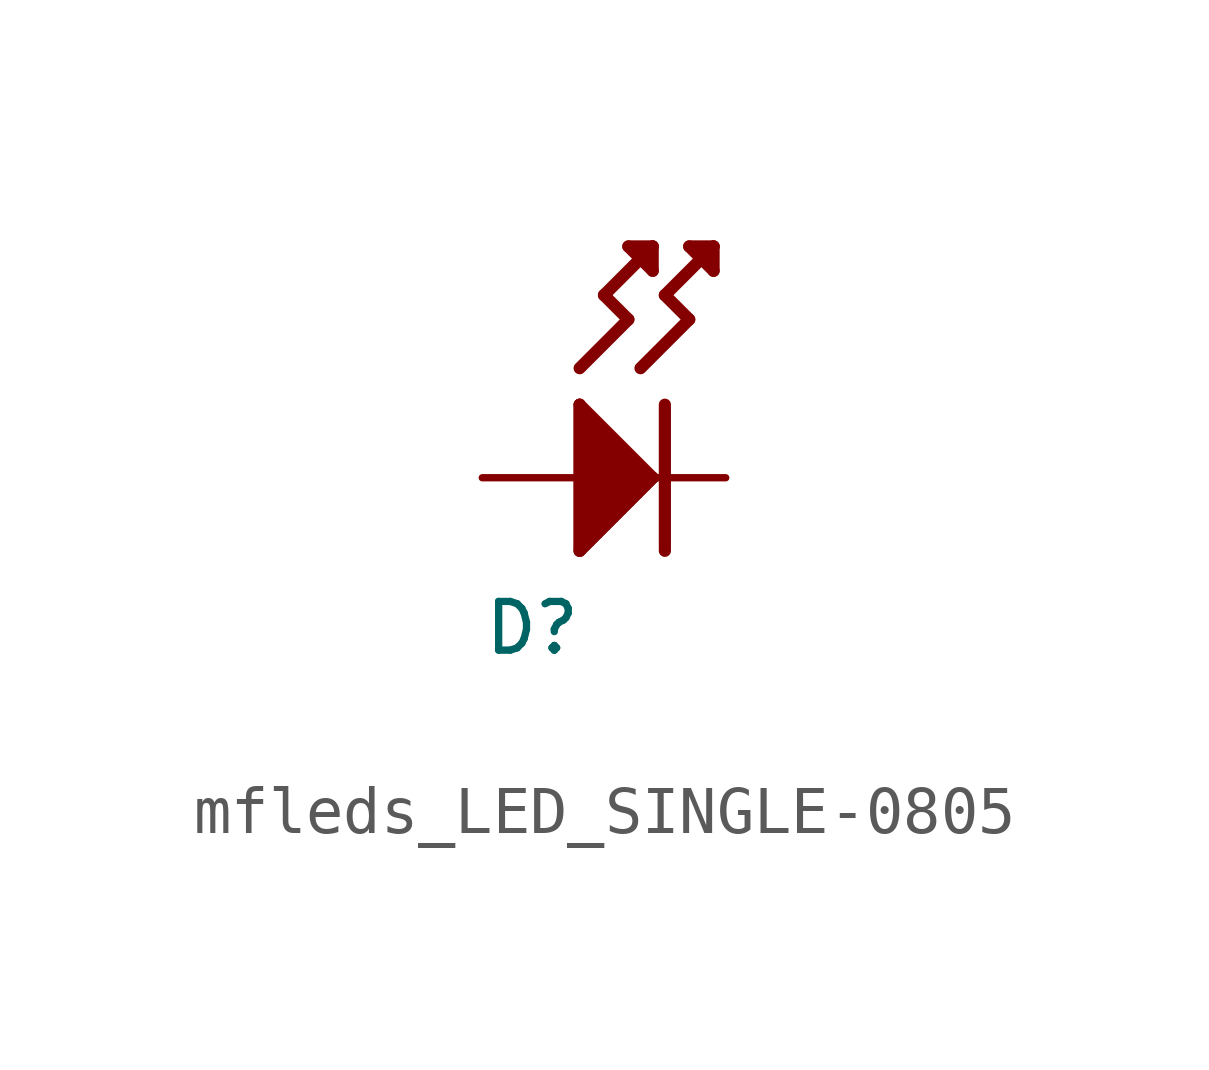
<source format=kicad_sym>
(kicad_symbol_lib
  (version 20241209)
  (generator "kicad_symbol_editor")
  (generator_version "9.0")
  (symbol "mfleds_LED_SINGLE-0805"
    (property "Reference" "D"
      (at -2.54 -2.54 0)
      (effects (font (size 1.016 1.016)) (justify left top)))
    (property "Value" ""
      (at -2.54 -5.08 0)
      (effects (font (size 1.016 1.016)) (justify left bottom)))
    (property "ki_locked" ""
      (at 0 0 0)
      (effects (font (size 1.27 1.27))))
    (symbol "mfleds_LED_SINGLE-0805_1_0"
      (polyline (pts (xy -0.508 2.286) (xy 0.508 3.302)) (stroke (width 0.254) (type solid)) (fill (type none)))
      (polyline (pts (xy -0.508 1.524) (xy 1.016 0)) (stroke (width 0.254) (type solid)) (fill (type none)))
      (polyline (pts (xy -0.508 1.524) (xy -0.508 -1.524) (xy 1.016 0)) (stroke (width 0.254) (type solid)) (fill (type outline)))
      (polyline (pts (xy -0.508 -1.524) (xy -0.508 1.524)) (stroke (width 0.254) (type solid)) (fill (type none)))
      (polyline (pts (xy 0 3.81) (xy 1.016 4.826)) (stroke (width 0.254) (type solid)) (fill (type none)))
      (polyline (pts (xy 0.508 4.826) (xy 1.016 4.318)) (stroke (width 0.254) (type solid)) (fill (type none)))
      (polyline (pts (xy 0.508 3.302) (xy 0 3.81)) (stroke (width 0.254) (type solid)) (fill (type none)))
      (polyline (pts (xy 0.762 2.286) (xy 1.778 3.302)) (stroke (width 0.254) (type solid)) (fill (type none)))
      (polyline (pts (xy 1.016 4.826) (xy 0.508 4.826)) (stroke (width 0.254) (type solid)) (fill (type none)))
      (polyline (pts (xy 1.016 4.318) (xy 1.016 4.826)) (stroke (width 0.254) (type solid)) (fill (type none)))
      (polyline (pts (xy 1.016 0) (xy -0.508 -1.524)) (stroke (width 0.254) (type solid)) (fill (type none)))
      (polyline (pts (xy 1.27 3.81) (xy 2.286 4.826)) (stroke (width 0.254) (type solid)) (fill (type none)))
      (polyline (pts (xy 1.27 1.524) (xy 1.27 -1.524)) (stroke (width 0.254) (type solid)) (fill (type none)))
      (polyline (pts (xy 1.778 4.826) (xy 2.286 4.318)) (stroke (width 0.254) (type solid)) (fill (type none)))
      (polyline (pts (xy 1.778 3.302) (xy 1.27 3.81)) (stroke (width 0.254) (type solid)) (fill (type none)))
      (polyline (pts (xy 2.286 4.826) (xy 1.778 4.826)) (stroke (width 0.254) (type solid)) (fill (type none)))
      (polyline (pts (xy 2.286 4.318) (xy 2.286 4.826)) (stroke (width 0.254) (type solid)) (fill (type none)))
      (pin power_in line (at -2.54 0 0) (length 2.54) (name "ANODE" (effects (font (size 0 0)))) (number "ANODE" (effects (font (size 0 0)))))
      (pin power_in line (at 2.54 0 180) (length 2.54) (name "CATHODE" (effects (font (size 0 0)))) (number "CATHODE" (effects (font (size 0 0))))))))
</source>
